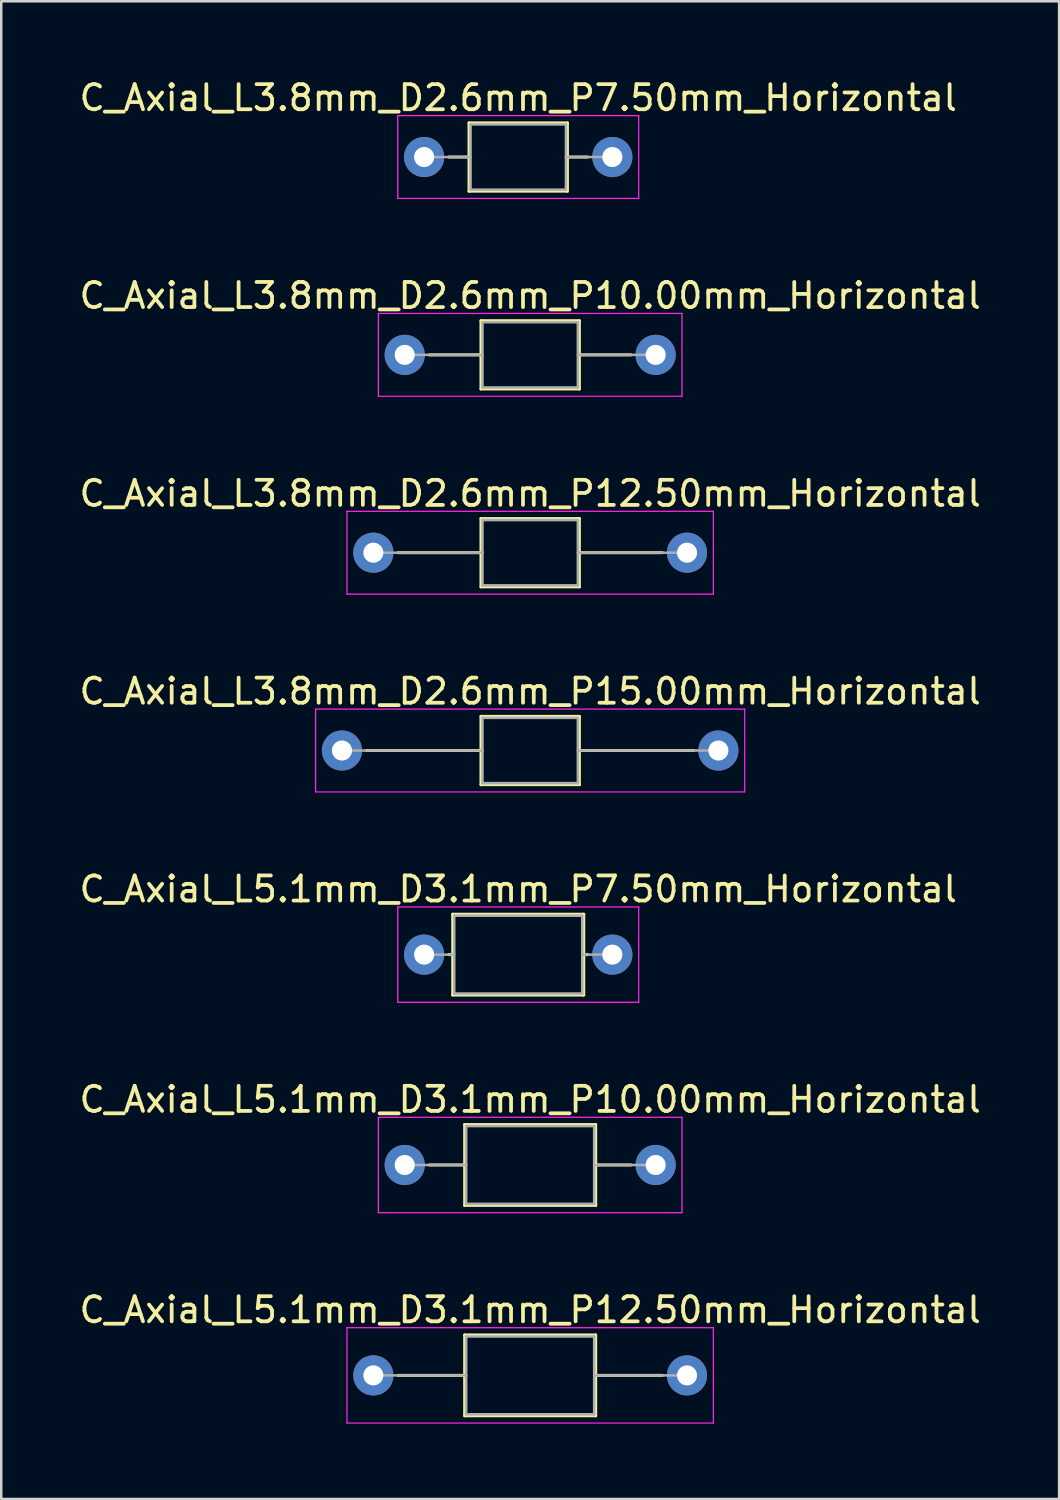
<source format=kicad_pcb>
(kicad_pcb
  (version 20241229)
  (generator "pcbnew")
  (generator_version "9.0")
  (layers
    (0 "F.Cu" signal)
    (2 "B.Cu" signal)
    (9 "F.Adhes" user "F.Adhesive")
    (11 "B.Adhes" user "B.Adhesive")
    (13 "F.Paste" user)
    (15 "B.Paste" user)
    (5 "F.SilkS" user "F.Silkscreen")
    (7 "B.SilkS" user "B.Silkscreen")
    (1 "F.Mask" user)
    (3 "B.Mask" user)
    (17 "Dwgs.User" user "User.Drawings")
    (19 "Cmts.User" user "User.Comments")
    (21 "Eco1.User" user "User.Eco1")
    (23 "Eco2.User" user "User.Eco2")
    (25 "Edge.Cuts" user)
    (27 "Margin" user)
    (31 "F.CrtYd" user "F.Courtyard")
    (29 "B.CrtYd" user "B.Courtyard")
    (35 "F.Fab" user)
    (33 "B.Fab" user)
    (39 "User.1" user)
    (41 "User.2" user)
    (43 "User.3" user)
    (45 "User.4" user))
  (footprint "C_Axial_L5.1mm_D3.1mm_P10.00mm_Horizontal"
    (layer "F.Cu")
    (at 13.077 43.374)
    (property "Reference" "C_Axial_L5.1mm_D3.1mm_P10.00mm_Horizontal" (at 5 -2.61 0) (layer "F.SilkS") (effects (font (size 1 1) (thickness 0.15))))
    (attr through_hole)
    (fp_line (start 0.98 0) (end 2.39 0) (stroke (width 0.12) (type solid)) (layer "F.SilkS"))
    (fp_line (start 2.39 -1.61) (end 2.39 1.61) (stroke (width 0.12) (type solid)) (layer "F.SilkS"))
    (fp_line (start 2.39 1.61) (end 7.61 1.61) (stroke (width 0.12) (type solid)) (layer "F.SilkS"))
    (fp_line (start 7.61 -1.61) (end 2.39 -1.61) (stroke (width 0.12) (type solid)) (layer "F.SilkS"))
    (fp_line (start 7.61 1.61) (end 7.61 -1.61) (stroke (width 0.12) (type solid)) (layer "F.SilkS"))
    (fp_line (start 9.02 0) (end 7.61 0) (stroke (width 0.12) (type solid)) (layer "F.SilkS"))
    (fp_line (start -1.05 -1.9) (end -1.05 1.9) (stroke (width 0.05) (type solid)) (layer "F.CrtYd"))
    (fp_line (start -1.05 1.9) (end 11.05 1.9) (stroke (width 0.05) (type solid)) (layer "F.CrtYd"))
    (fp_line (start 11.05 -1.9) (end -1.05 -1.9) (stroke (width 0.05) (type solid)) (layer "F.CrtYd"))
    (fp_line (start 11.05 1.9) (end 11.05 -1.9) (stroke (width 0.05) (type solid)) (layer "F.CrtYd"))
    (fp_line (start 0 0) (end 2.45 0) (stroke (width 0.1) (type solid)) (layer "F.Fab"))
    (fp_line (start 2.45 -1.55) (end 2.45 1.55) (stroke (width 0.1) (type solid)) (layer "F.Fab"))
    (fp_line (start 2.45 1.55) (end 7.55 1.55) (stroke (width 0.1) (type solid)) (layer "F.Fab"))
    (fp_line (start 7.55 -1.55) (end 2.45 -1.55) (stroke (width 0.1) (type solid)) (layer "F.Fab"))
    (fp_line (start 7.55 1.55) (end 7.55 -1.55) (stroke (width 0.1) (type solid)) (layer "F.Fab"))
    (fp_line (start 10 0) (end 7.55 0) (stroke (width 0.1) (type solid)) (layer "F.Fab"))
    (pad "1" thru_hole circle (at 0 0) (size 1.6 1.6) (drill 0.8) (layers "*.Cu" "*.Mask"))
    (pad "2" thru_hole oval (at 10 0) (size 1.6 1.6) (drill 0.8) (layers "*.Cu" "*.Mask")))
  (footprint "C_Axial_L3.8mm_D2.6mm_P12.50mm_Horizontal"
    (layer "F.Cu")
    (at 11.827 18.975)
    (property "Reference" "C_Axial_L3.8mm_D2.6mm_P12.50mm_Horizontal" (at 6.25 -2.36 0) (layer "F.SilkS") (effects (font (size 1 1) (thickness 0.15))))
    (attr through_hole)
    (fp_line (start 0.98 0) (end 4.29 0) (stroke (width 0.12) (type solid)) (layer "F.SilkS"))
    (fp_line (start 4.29 -1.36) (end 4.29 1.36) (stroke (width 0.12) (type solid)) (layer "F.SilkS"))
    (fp_line (start 4.29 1.36) (end 8.21 1.36) (stroke (width 0.12) (type solid)) (layer "F.SilkS"))
    (fp_line (start 8.21 -1.36) (end 4.29 -1.36) (stroke (width 0.12) (type solid)) (layer "F.SilkS"))
    (fp_line (start 8.21 1.36) (end 8.21 -1.36) (stroke (width 0.12) (type solid)) (layer "F.SilkS"))
    (fp_line (start 11.52 0) (end 8.21 0) (stroke (width 0.12) (type solid)) (layer "F.SilkS"))
    (fp_line (start -1.05 -1.65) (end -1.05 1.65) (stroke (width 0.05) (type solid)) (layer "F.CrtYd"))
    (fp_line (start -1.05 1.65) (end 13.55 1.65) (stroke (width 0.05) (type solid)) (layer "F.CrtYd"))
    (fp_line (start 13.55 -1.65) (end -1.05 -1.65) (stroke (width 0.05) (type solid)) (layer "F.CrtYd"))
    (fp_line (start 13.55 1.65) (end 13.55 -1.65) (stroke (width 0.05) (type solid)) (layer "F.CrtYd"))
    (fp_line (start 0 0) (end 4.35 0) (stroke (width 0.1) (type solid)) (layer "F.Fab"))
    (fp_line (start 4.35 -1.3) (end 4.35 1.3) (stroke (width 0.1) (type solid)) (layer "F.Fab"))
    (fp_line (start 4.35 1.3) (end 8.15 1.3) (stroke (width 0.1) (type solid)) (layer "F.Fab"))
    (fp_line (start 8.15 -1.3) (end 4.35 -1.3) (stroke (width 0.1) (type solid)) (layer "F.Fab"))
    (fp_line (start 8.15 1.3) (end 8.15 -1.3) (stroke (width 0.1) (type solid)) (layer "F.Fab"))
    (fp_line (start 12.5 0) (end 8.15 0) (stroke (width 0.1) (type solid)) (layer "F.Fab"))
    (pad "1" thru_hole circle (at 0 0) (size 1.6 1.6) (drill 0.8) (layers "*.Cu" "*.Mask"))
    (pad "2" thru_hole oval (at 12.5 0) (size 1.6 1.6) (drill 0.8) (layers "*.Cu" "*.Mask")))
  (footprint "C_Axial_L3.8mm_D2.6mm_P15.00mm_Horizontal"
    (layer "F.Cu")
    (at 10.577 26.858)
    (property "Reference" "C_Axial_L3.8mm_D2.6mm_P15.00mm_Horizontal" (at 7.5 -2.36 0) (layer "F.SilkS") (effects (font (size 1 1) (thickness 0.15))))
    (attr through_hole)
    (fp_line (start 0.98 0) (end 5.54 0) (stroke (width 0.12) (type solid)) (layer "F.SilkS"))
    (fp_line (start 5.54 -1.36) (end 5.54 1.36) (stroke (width 0.12) (type solid)) (layer "F.SilkS"))
    (fp_line (start 5.54 1.36) (end 9.46 1.36) (stroke (width 0.12) (type solid)) (layer "F.SilkS"))
    (fp_line (start 9.46 -1.36) (end 5.54 -1.36) (stroke (width 0.12) (type solid)) (layer "F.SilkS"))
    (fp_line (start 9.46 1.36) (end 9.46 -1.36) (stroke (width 0.12) (type solid)) (layer "F.SilkS"))
    (fp_line (start 14.02 0) (end 9.46 0) (stroke (width 0.12) (type solid)) (layer "F.SilkS"))
    (fp_line (start -1.05 -1.65) (end -1.05 1.65) (stroke (width 0.05) (type solid)) (layer "F.CrtYd"))
    (fp_line (start -1.05 1.65) (end 16.05 1.65) (stroke (width 0.05) (type solid)) (layer "F.CrtYd"))
    (fp_line (start 16.05 -1.65) (end -1.05 -1.65) (stroke (width 0.05) (type solid)) (layer "F.CrtYd"))
    (fp_line (start 16.05 1.65) (end 16.05 -1.65) (stroke (width 0.05) (type solid)) (layer "F.CrtYd"))
    (fp_line (start 0 0) (end 5.6 0) (stroke (width 0.1) (type solid)) (layer "F.Fab"))
    (fp_line (start 5.6 -1.3) (end 5.6 1.3) (stroke (width 0.1) (type solid)) (layer "F.Fab"))
    (fp_line (start 5.6 1.3) (end 9.4 1.3) (stroke (width 0.1) (type solid)) (layer "F.Fab"))
    (fp_line (start 9.4 -1.3) (end 5.6 -1.3) (stroke (width 0.1) (type solid)) (layer "F.Fab"))
    (fp_line (start 9.4 1.3) (end 9.4 -1.3) (stroke (width 0.1) (type solid)) (layer "F.Fab"))
    (fp_line (start 15 0) (end 9.4 0) (stroke (width 0.1) (type solid)) (layer "F.Fab"))
    (pad "1" thru_hole circle (at 0 0) (size 1.6 1.6) (drill 0.8) (layers "*.Cu" "*.Mask"))
    (pad "2" thru_hole oval (at 15 0) (size 1.6 1.6) (drill 0.8) (layers "*.Cu" "*.Mask")))
  (footprint "C_Axial_L3.8mm_D2.6mm_P7.50mm_Horizontal"
    (layer "F.Cu")
    (at 13.851 3.208)
    (property "Reference" "C_Axial_L3.8mm_D2.6mm_P7.50mm_Horizontal" (at 3.75 -2.36 0) (layer "F.SilkS") (effects (font (size 1 1) (thickness 0.15))))
    (attr through_hole)
    (fp_line (start 0.98 0) (end 1.79 0) (stroke (width 0.12) (type solid)) (layer "F.SilkS"))
    (fp_line (start 1.79 -1.36) (end 1.79 1.36) (stroke (width 0.12) (type solid)) (layer "F.SilkS"))
    (fp_line (start 1.79 1.36) (end 5.71 1.36) (stroke (width 0.12) (type solid)) (layer "F.SilkS"))
    (fp_line (start 5.71 -1.36) (end 1.79 -1.36) (stroke (width 0.12) (type solid)) (layer "F.SilkS"))
    (fp_line (start 5.71 1.36) (end 5.71 -1.36) (stroke (width 0.12) (type solid)) (layer "F.SilkS"))
    (fp_line (start 6.52 0) (end 5.71 0) (stroke (width 0.12) (type solid)) (layer "F.SilkS"))
    (fp_line (start -1.05 -1.65) (end -1.05 1.65) (stroke (width 0.05) (type solid)) (layer "F.CrtYd"))
    (fp_line (start -1.05 1.65) (end 8.55 1.65) (stroke (width 0.05) (type solid)) (layer "F.CrtYd"))
    (fp_line (start 8.55 -1.65) (end -1.05 -1.65) (stroke (width 0.05) (type solid)) (layer "F.CrtYd"))
    (fp_line (start 8.55 1.65) (end 8.55 -1.65) (stroke (width 0.05) (type solid)) (layer "F.CrtYd"))
    (fp_line (start 0 0) (end 1.85 0) (stroke (width 0.1) (type solid)) (layer "F.Fab"))
    (fp_line (start 1.85 -1.3) (end 1.85 1.3) (stroke (width 0.1) (type solid)) (layer "F.Fab"))
    (fp_line (start 1.85 1.3) (end 5.65 1.3) (stroke (width 0.1) (type solid)) (layer "F.Fab"))
    (fp_line (start 5.65 -1.3) (end 1.85 -1.3) (stroke (width 0.1) (type solid)) (layer "F.Fab"))
    (fp_line (start 5.65 1.3) (end 5.65 -1.3) (stroke (width 0.1) (type solid)) (layer "F.Fab"))
    (fp_line (start 7.5 0) (end 5.65 0) (stroke (width 0.1) (type solid)) (layer "F.Fab"))
    (pad "1" thru_hole circle (at 0 0) (size 1.6 1.6) (drill 0.8) (layers "*.Cu" "*.Mask"))
    (pad "2" thru_hole oval (at 7.5 0) (size 1.6 1.6) (drill 0.8) (layers "*.Cu" "*.Mask")))
  (footprint "C_Axial_L5.1mm_D3.1mm_P12.50mm_Horizontal"
    (layer "F.Cu")
    (at 11.827 51.758)
    (property "Reference" "C_Axial_L5.1mm_D3.1mm_P12.50mm_Horizontal" (at 6.25 -2.61 0) (layer "F.SilkS") (effects (font (size 1 1) (thickness 0.15))))
    (attr through_hole)
    (fp_line (start 0.98 0) (end 3.64 0) (stroke (width 0.12) (type solid)) (layer "F.SilkS"))
    (fp_line (start 3.64 -1.61) (end 3.64 1.61) (stroke (width 0.12) (type solid)) (layer "F.SilkS"))
    (fp_line (start 3.64 1.61) (end 8.86 1.61) (stroke (width 0.12) (type solid)) (layer "F.SilkS"))
    (fp_line (start 8.86 -1.61) (end 3.64 -1.61) (stroke (width 0.12) (type solid)) (layer "F.SilkS"))
    (fp_line (start 8.86 1.61) (end 8.86 -1.61) (stroke (width 0.12) (type solid)) (layer "F.SilkS"))
    (fp_line (start 11.52 0) (end 8.86 0) (stroke (width 0.12) (type solid)) (layer "F.SilkS"))
    (fp_line (start -1.05 -1.9) (end -1.05 1.9) (stroke (width 0.05) (type solid)) (layer "F.CrtYd"))
    (fp_line (start -1.05 1.9) (end 13.55 1.9) (stroke (width 0.05) (type solid)) (layer "F.CrtYd"))
    (fp_line (start 13.55 -1.9) (end -1.05 -1.9) (stroke (width 0.05) (type solid)) (layer "F.CrtYd"))
    (fp_line (start 13.55 1.9) (end 13.55 -1.9) (stroke (width 0.05) (type solid)) (layer "F.CrtYd"))
    (fp_line (start 0 0) (end 3.7 0) (stroke (width 0.1) (type solid)) (layer "F.Fab"))
    (fp_line (start 3.7 -1.55) (end 3.7 1.55) (stroke (width 0.1) (type solid)) (layer "F.Fab"))
    (fp_line (start 3.7 1.55) (end 8.8 1.55) (stroke (width 0.1) (type solid)) (layer "F.Fab"))
    (fp_line (start 8.8 -1.55) (end 3.7 -1.55) (stroke (width 0.1) (type solid)) (layer "F.Fab"))
    (fp_line (start 8.8 1.55) (end 8.8 -1.55) (stroke (width 0.1) (type solid)) (layer "F.Fab"))
    (fp_line (start 12.5 0) (end 8.8 0) (stroke (width 0.1) (type solid)) (layer "F.Fab"))
    (pad "1" thru_hole circle (at 0 0) (size 1.6 1.6) (drill 0.8) (layers "*.Cu" "*.Mask"))
    (pad "2" thru_hole oval (at 12.5 0) (size 1.6 1.6) (drill 0.8) (layers "*.Cu" "*.Mask")))
  (footprint "C_Axial_L3.8mm_D2.6mm_P10.00mm_Horizontal"
    (layer "F.Cu")
    (at 13.077 11.091)
    (property "Reference" "C_Axial_L3.8mm_D2.6mm_P10.00mm_Horizontal" (at 5 -2.36 0) (layer "F.SilkS") (effects (font (size 1 1) (thickness 0.15))))
    (attr through_hole)
    (fp_line (start 0.98 0) (end 3.04 0) (stroke (width 0.12) (type solid)) (layer "F.SilkS"))
    (fp_line (start 3.04 -1.36) (end 3.04 1.36) (stroke (width 0.12) (type solid)) (layer "F.SilkS"))
    (fp_line (start 3.04 1.36) (end 6.96 1.36) (stroke (width 0.12) (type solid)) (layer "F.SilkS"))
    (fp_line (start 6.96 -1.36) (end 3.04 -1.36) (stroke (width 0.12) (type solid)) (layer "F.SilkS"))
    (fp_line (start 6.96 1.36) (end 6.96 -1.36) (stroke (width 0.12) (type solid)) (layer "F.SilkS"))
    (fp_line (start 9.02 0) (end 6.96 0) (stroke (width 0.12) (type solid)) (layer "F.SilkS"))
    (fp_line (start -1.05 -1.65) (end -1.05 1.65) (stroke (width 0.05) (type solid)) (layer "F.CrtYd"))
    (fp_line (start -1.05 1.65) (end 11.05 1.65) (stroke (width 0.05) (type solid)) (layer "F.CrtYd"))
    (fp_line (start 11.05 -1.65) (end -1.05 -1.65) (stroke (width 0.05) (type solid)) (layer "F.CrtYd"))
    (fp_line (start 11.05 1.65) (end 11.05 -1.65) (stroke (width 0.05) (type solid)) (layer "F.CrtYd"))
    (fp_line (start 0 0) (end 3.1 0) (stroke (width 0.1) (type solid)) (layer "F.Fab"))
    (fp_line (start 3.1 -1.3) (end 3.1 1.3) (stroke (width 0.1) (type solid)) (layer "F.Fab"))
    (fp_line (start 3.1 1.3) (end 6.9 1.3) (stroke (width 0.1) (type solid)) (layer "F.Fab"))
    (fp_line (start 6.9 -1.3) (end 3.1 -1.3) (stroke (width 0.1) (type solid)) (layer "F.Fab"))
    (fp_line (start 6.9 1.3) (end 6.9 -1.3) (stroke (width 0.1) (type solid)) (layer "F.Fab"))
    (fp_line (start 10 0) (end 6.9 0) (stroke (width 0.1) (type solid)) (layer "F.Fab"))
    (pad "1" thru_hole circle (at 0 0) (size 1.6 1.6) (drill 0.8) (layers "*.Cu" "*.Mask"))
    (pad "2" thru_hole oval (at 10 0) (size 1.6 1.6) (drill 0.8) (layers "*.Cu" "*.Mask")))
  (footprint "C_Axial_L5.1mm_D3.1mm_P7.50mm_Horizontal"
    (layer "F.Cu")
    (at 13.851 34.991)
    (property "Reference" "C_Axial_L5.1mm_D3.1mm_P7.50mm_Horizontal" (at 3.75 -2.61 0) (layer "F.SilkS") (effects (font (size 1 1) (thickness 0.15))))
    (attr through_hole)
    (fp_line (start 0.98 0) (end 1.14 0) (stroke (width 0.12) (type solid)) (layer "F.SilkS"))
    (fp_line (start 1.14 -1.61) (end 1.14 1.61) (stroke (width 0.12) (type solid)) (layer "F.SilkS"))
    (fp_line (start 1.14 1.61) (end 6.36 1.61) (stroke (width 0.12) (type solid)) (layer "F.SilkS"))
    (fp_line (start 6.36 -1.61) (end 1.14 -1.61) (stroke (width 0.12) (type solid)) (layer "F.SilkS"))
    (fp_line (start 6.36 1.61) (end 6.36 -1.61) (stroke (width 0.12) (type solid)) (layer "F.SilkS"))
    (fp_line (start 6.52 0) (end 6.36 0) (stroke (width 0.12) (type solid)) (layer "F.SilkS"))
    (fp_line (start -1.05 -1.9) (end -1.05 1.9) (stroke (width 0.05) (type solid)) (layer "F.CrtYd"))
    (fp_line (start -1.05 1.9) (end 8.55 1.9) (stroke (width 0.05) (type solid)) (layer "F.CrtYd"))
    (fp_line (start 8.55 -1.9) (end -1.05 -1.9) (stroke (width 0.05) (type solid)) (layer "F.CrtYd"))
    (fp_line (start 8.55 1.9) (end 8.55 -1.9) (stroke (width 0.05) (type solid)) (layer "F.CrtYd"))
    (fp_line (start 0 0) (end 1.2 0) (stroke (width 0.1) (type solid)) (layer "F.Fab"))
    (fp_line (start 1.2 -1.55) (end 1.2 1.55) (stroke (width 0.1) (type solid)) (layer "F.Fab"))
    (fp_line (start 1.2 1.55) (end 6.3 1.55) (stroke (width 0.1) (type solid)) (layer "F.Fab"))
    (fp_line (start 6.3 -1.55) (end 1.2 -1.55) (stroke (width 0.1) (type solid)) (layer "F.Fab"))
    (fp_line (start 6.3 1.55) (end 6.3 -1.55) (stroke (width 0.1) (type solid)) (layer "F.Fab"))
    (fp_line (start 7.5 0) (end 6.3 0) (stroke (width 0.1) (type solid)) (layer "F.Fab"))
    (pad "1" thru_hole circle (at 0 0) (size 1.6 1.6) (drill 0.8) (layers "*.Cu" "*.Mask"))
    (pad "2" thru_hole oval (at 7.5 0) (size 1.6 1.6) (drill 0.8) (layers "*.Cu" "*.Mask")))
  (gr_rect
    (start -3 -3)
    (end 39.155 56.683)
    (stroke (width 0.1) (type default))
    (fill no)
    (layer "Edge.Cuts")))
</source>
